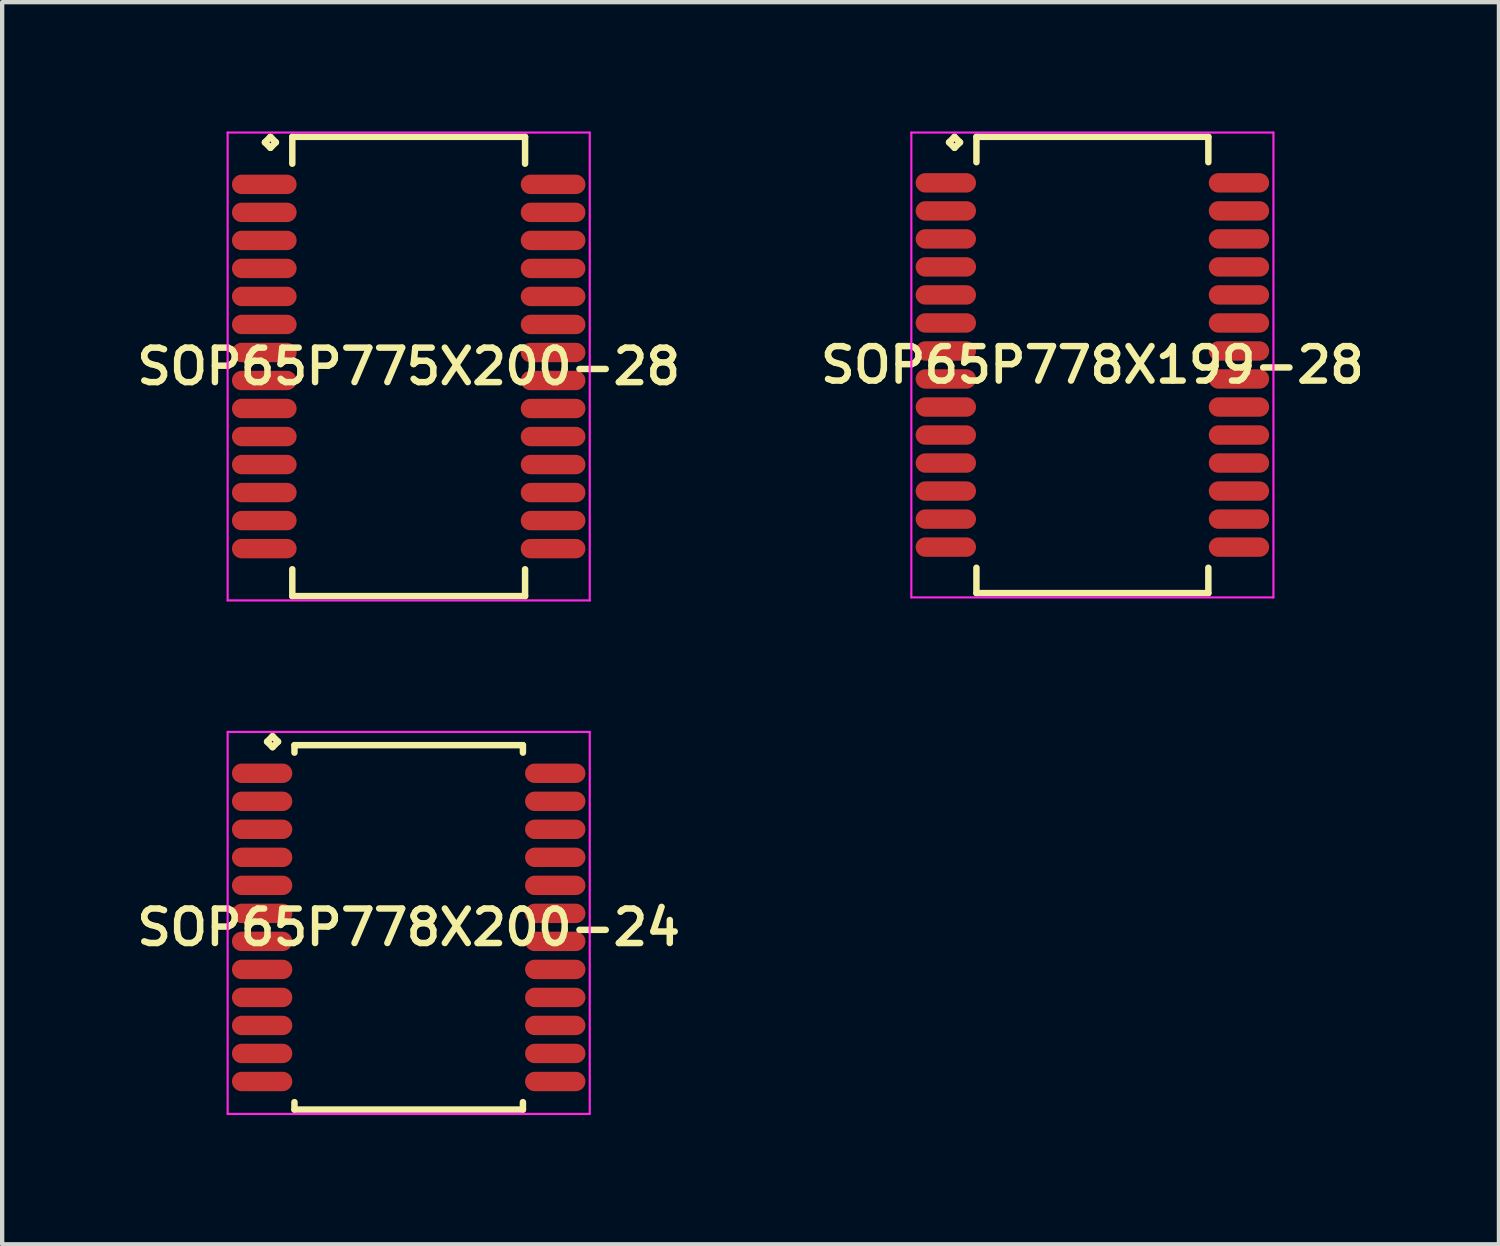
<source format=kicad_pcb>
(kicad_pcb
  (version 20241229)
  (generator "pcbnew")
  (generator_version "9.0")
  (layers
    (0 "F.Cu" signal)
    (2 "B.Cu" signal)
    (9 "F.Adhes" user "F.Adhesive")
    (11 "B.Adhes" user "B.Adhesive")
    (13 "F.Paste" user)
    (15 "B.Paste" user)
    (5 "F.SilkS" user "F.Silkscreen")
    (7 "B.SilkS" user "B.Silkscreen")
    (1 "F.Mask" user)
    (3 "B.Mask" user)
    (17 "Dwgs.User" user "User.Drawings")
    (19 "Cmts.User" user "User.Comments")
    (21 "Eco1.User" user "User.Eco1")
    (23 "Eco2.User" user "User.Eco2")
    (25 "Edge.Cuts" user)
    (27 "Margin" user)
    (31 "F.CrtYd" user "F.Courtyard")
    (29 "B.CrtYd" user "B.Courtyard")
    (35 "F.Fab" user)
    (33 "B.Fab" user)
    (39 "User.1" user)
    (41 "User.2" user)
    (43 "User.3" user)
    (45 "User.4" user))
  (footprint "SOP65P778X200-24"
    (layer "F.Cu")
    (at 6.431 18.464)
    (property "Reference" "SOP65P778X200-24" (at 0 0 0) (layer "F.SilkS") (effects (font (size 0.8 0.8) (thickness 0.15))))
    (attr smd)
    (fp_line (start -3.285 -4.308) (end -3.158 -4.435) (stroke (width 0.15) (type solid)) (layer "F.SilkS"))
    (fp_line (start -3.158 -4.435) (end -3.031 -4.308) (stroke (width 0.15) (type solid)) (layer "F.SilkS"))
    (fp_line (start -3.158 -4.181) (end -3.285 -4.308) (stroke (width 0.15) (type solid)) (layer "F.SilkS"))
    (fp_line (start -3.031 -4.308) (end -3.158 -4.181) (stroke (width 0.15) (type solid)) (layer "F.SilkS"))
    (fp_line (start -2.65 -4.227) (end 2.65 -4.227) (stroke (width 0.15) (type solid)) (layer "F.SilkS"))
    (fp_line (start -2.65 -4.054) (end -2.65 -4.227) (stroke (width 0.15) (type solid)) (layer "F.SilkS"))
    (fp_line (start -2.65 4.054) (end -2.65 4.227) (stroke (width 0.15) (type solid)) (layer "F.SilkS"))
    (fp_line (start -2.65 4.227) (end 2.65 4.227) (stroke (width 0.15) (type solid)) (layer "F.SilkS"))
    (fp_line (start 2.65 -4.227) (end 2.65 -4.054) (stroke (width 0.15) (type solid)) (layer "F.SilkS"))
    (fp_line (start 2.65 4.227) (end 2.65 4.054) (stroke (width 0.15) (type solid)) (layer "F.SilkS"))
    (fp_line (start -4.2 -4.535) (end 4.2 -4.535) (stroke (width 0.05) (type solid)) (layer "F.CrtYd"))
    (fp_line (start -4.2 4.327) (end -4.2 -4.535) (stroke (width 0.05) (type solid)) (layer "F.CrtYd"))
    (fp_line (start 4.2 -4.535) (end 4.2 4.327) (stroke (width 0.05) (type solid)) (layer "F.CrtYd"))
    (fp_line (start 4.2 4.327) (end -4.2 4.327) (stroke (width 0.05) (type solid)) (layer "F.CrtYd"))
    (pad "1" smd oval (at -3.4 -3.575) (size 1.4 0.45) (layers "F.Cu" "F.Mask" "F.Paste"))
    (pad "2" smd oval (at -3.4 -2.925) (size 1.4 0.45) (layers "F.Cu" "F.Mask" "F.Paste"))
    (pad "3" smd oval (at -3.4 -2.275) (size 1.4 0.45) (layers "F.Cu" "F.Mask" "F.Paste"))
    (pad "4" smd oval (at -3.4 -1.625) (size 1.4 0.45) (layers "F.Cu" "F.Mask" "F.Paste"))
    (pad "5" smd oval (at -3.4 -0.975) (size 1.4 0.45) (layers "F.Cu" "F.Mask" "F.Paste"))
    (pad "6" smd oval (at -3.4 -0.325) (size 1.4 0.45) (layers "F.Cu" "F.Mask" "F.Paste"))
    (pad "7" smd oval (at -3.4 0.325) (size 1.4 0.45) (layers "F.Cu" "F.Mask" "F.Paste"))
    (pad "8" smd oval (at -3.4 0.975) (size 1.4 0.45) (layers "F.Cu" "F.Mask" "F.Paste"))
    (pad "9" smd oval (at -3.4 1.625) (size 1.4 0.45) (layers "F.Cu" "F.Mask" "F.Paste"))
    (pad "10" smd oval (at -3.4 2.275) (size 1.4 0.45) (layers "F.Cu" "F.Mask" "F.Paste"))
    (pad "11" smd oval (at -3.4 2.925) (size 1.4 0.45) (layers "F.Cu" "F.Mask" "F.Paste"))
    (pad "12" smd oval (at -3.4 3.575) (size 1.4 0.45) (layers "F.Cu" "F.Mask" "F.Paste"))
    (pad "13" smd oval (at 3.4 3.575) (size 1.4 0.45) (layers "F.Cu" "F.Mask" "F.Paste"))
    (pad "14" smd oval (at 3.4 2.925) (size 1.4 0.45) (layers "F.Cu" "F.Mask" "F.Paste"))
    (pad "15" smd oval (at 3.4 2.275) (size 1.4 0.45) (layers "F.Cu" "F.Mask" "F.Paste"))
    (pad "16" smd oval (at 3.4 1.625) (size 1.4 0.45) (layers "F.Cu" "F.Mask" "F.Paste"))
    (pad "17" smd oval (at 3.4 0.975) (size 1.4 0.45) (layers "F.Cu" "F.Mask" "F.Paste"))
    (pad "18" smd oval (at 3.4 0.325) (size 1.4 0.45) (layers "F.Cu" "F.Mask" "F.Paste"))
    (pad "19" smd oval (at 3.4 -0.325) (size 1.4 0.45) (layers "F.Cu" "F.Mask" "F.Paste"))
    (pad "20" smd oval (at 3.4 -0.975) (size 1.4 0.45) (layers "F.Cu" "F.Mask" "F.Paste"))
    (pad "21" smd oval (at 3.4 -1.625) (size 1.4 0.45) (layers "F.Cu" "F.Mask" "F.Paste"))
    (pad "22" smd oval (at 3.4 -2.275) (size 1.4 0.45) (layers "F.Cu" "F.Mask" "F.Paste"))
    (pad "23" smd oval (at 3.4 -2.925) (size 1.4 0.45) (layers "F.Cu" "F.Mask" "F.Paste"))
    (pad "24" smd oval (at 3.4 -3.575) (size 1.4 0.45) (layers "F.Cu" "F.Mask" "F.Paste")))
  (footprint "SOP65P778X199-28"
    (layer "F.Cu")
    (at 22.292 5.417)
    (property "Reference" "SOP65P778X199-28" (at 0 0 0) (layer "F.SilkS") (effects (font (size 0.8 0.8) (thickness 0.15))))
    (attr smd)
    (fp_line (start -3.325 -5.165) (end -3.198 -5.292) (stroke (width 0.15) (type solid)) (layer "F.SilkS"))
    (fp_line (start -3.198 -5.292) (end -3.071 -5.165) (stroke (width 0.15) (type solid)) (layer "F.SilkS"))
    (fp_line (start -3.198 -5.038) (end -3.325 -5.165) (stroke (width 0.15) (type solid)) (layer "F.SilkS"))
    (fp_line (start -3.071 -5.165) (end -3.198 -5.038) (stroke (width 0.15) (type solid)) (layer "F.SilkS"))
    (fp_line (start -2.69 -5.292) (end 2.69 -5.292) (stroke (width 0.15) (type solid)) (layer "F.SilkS"))
    (fp_line (start -2.69 -4.704) (end -2.69 -5.292) (stroke (width 0.15) (type solid)) (layer "F.SilkS"))
    (fp_line (start -2.69 4.704) (end -2.69 5.292) (stroke (width 0.15) (type solid)) (layer "F.SilkS"))
    (fp_line (start -2.69 5.292) (end 2.69 5.292) (stroke (width 0.15) (type solid)) (layer "F.SilkS"))
    (fp_line (start 2.69 -5.292) (end 2.69 -4.704) (stroke (width 0.15) (type solid)) (layer "F.SilkS"))
    (fp_line (start 2.69 5.292) (end 2.69 4.704) (stroke (width 0.15) (type solid)) (layer "F.SilkS"))
    (fp_line (start -4.2 -5.392) (end 4.2 -5.392) (stroke (width 0.05) (type solid)) (layer "F.CrtYd"))
    (fp_line (start -4.2 5.392) (end -4.2 -5.392) (stroke (width 0.05) (type solid)) (layer "F.CrtYd"))
    (fp_line (start 4.2 -5.392) (end 4.2 5.392) (stroke (width 0.05) (type solid)) (layer "F.CrtYd"))
    (fp_line (start 4.2 5.392) (end -4.2 5.392) (stroke (width 0.05) (type solid)) (layer "F.CrtYd"))
    (pad "1" smd oval (at -3.4 -4.225) (size 1.4 0.45) (layers "F.Cu" "F.Mask" "F.Paste"))
    (pad "2" smd oval (at -3.4 -3.575) (size 1.4 0.45) (layers "F.Cu" "F.Mask" "F.Paste"))
    (pad "3" smd oval (at -3.4 -2.925) (size 1.4 0.45) (layers "F.Cu" "F.Mask" "F.Paste"))
    (pad "4" smd oval (at -3.4 -2.275) (size 1.4 0.45) (layers "F.Cu" "F.Mask" "F.Paste"))
    (pad "5" smd oval (at -3.4 -1.625) (size 1.4 0.45) (layers "F.Cu" "F.Mask" "F.Paste"))
    (pad "6" smd oval (at -3.4 -0.975) (size 1.4 0.45) (layers "F.Cu" "F.Mask" "F.Paste"))
    (pad "7" smd oval (at -3.4 -0.325) (size 1.4 0.45) (layers "F.Cu" "F.Mask" "F.Paste"))
    (pad "8" smd oval (at -3.4 0.325) (size 1.4 0.45) (layers "F.Cu" "F.Mask" "F.Paste"))
    (pad "9" smd oval (at -3.4 0.975) (size 1.4 0.45) (layers "F.Cu" "F.Mask" "F.Paste"))
    (pad "10" smd oval (at -3.4 1.625) (size 1.4 0.45) (layers "F.Cu" "F.Mask" "F.Paste"))
    (pad "11" smd oval (at -3.4 2.275) (size 1.4 0.45) (layers "F.Cu" "F.Mask" "F.Paste"))
    (pad "12" smd oval (at -3.4 2.925) (size 1.4 0.45) (layers "F.Cu" "F.Mask" "F.Paste"))
    (pad "13" smd oval (at -3.4 3.575) (size 1.4 0.45) (layers "F.Cu" "F.Mask" "F.Paste"))
    (pad "14" smd oval (at -3.4 4.225) (size 1.4 0.45) (layers "F.Cu" "F.Mask" "F.Paste"))
    (pad "15" smd oval (at 3.4 4.225) (size 1.4 0.45) (layers "F.Cu" "F.Mask" "F.Paste"))
    (pad "16" smd oval (at 3.4 3.575) (size 1.4 0.45) (layers "F.Cu" "F.Mask" "F.Paste"))
    (pad "17" smd oval (at 3.4 2.925) (size 1.4 0.45) (layers "F.Cu" "F.Mask" "F.Paste"))
    (pad "18" smd oval (at 3.4 2.275) (size 1.4 0.45) (layers "F.Cu" "F.Mask" "F.Paste"))
    (pad "19" smd oval (at 3.4 1.625) (size 1.4 0.45) (layers "F.Cu" "F.Mask" "F.Paste"))
    (pad "20" smd oval (at 3.4 0.975) (size 1.4 0.45) (layers "F.Cu" "F.Mask" "F.Paste"))
    (pad "21" smd oval (at 3.4 0.325) (size 1.4 0.45) (layers "F.Cu" "F.Mask" "F.Paste"))
    (pad "22" smd oval (at 3.4 -0.325) (size 1.4 0.45) (layers "F.Cu" "F.Mask" "F.Paste"))
    (pad "23" smd oval (at 3.4 -0.975) (size 1.4 0.45) (layers "F.Cu" "F.Mask" "F.Paste"))
    (pad "24" smd oval (at 3.4 -1.625) (size 1.4 0.45) (layers "F.Cu" "F.Mask" "F.Paste"))
    (pad "25" smd oval (at 3.4 -2.275) (size 1.4 0.45) (layers "F.Cu" "F.Mask" "F.Paste"))
    (pad "26" smd oval (at 3.4 -2.925) (size 1.4 0.45) (layers "F.Cu" "F.Mask" "F.Paste"))
    (pad "27" smd oval (at 3.4 -3.575) (size 1.4 0.45) (layers "F.Cu" "F.Mask" "F.Paste"))
    (pad "28" smd oval (at 3.4 -4.225) (size 1.4 0.45) (layers "F.Cu" "F.Mask" "F.Paste")))
  (footprint "SOP65P775X200-28"
    (layer "F.Cu")
    (at 6.431 5.452)
    (property "Reference" "SOP65P775X200-28" (at 0 0 0) (layer "F.SilkS") (effects (font (size 0.8 0.8) (thickness 0.15))))
    (attr smd)
    (fp_line (start -3.335 -5.2) (end -3.208 -5.327) (stroke (width 0.15) (type solid)) (layer "F.SilkS"))
    (fp_line (start -3.208 -5.327) (end -3.081 -5.2) (stroke (width 0.15) (type solid)) (layer "F.SilkS"))
    (fp_line (start -3.208 -5.073) (end -3.335 -5.2) (stroke (width 0.15) (type solid)) (layer "F.SilkS"))
    (fp_line (start -3.081 -5.2) (end -3.208 -5.073) (stroke (width 0.15) (type solid)) (layer "F.SilkS"))
    (fp_line (start -2.7 -5.327) (end 2.7 -5.327) (stroke (width 0.15) (type solid)) (layer "F.SilkS"))
    (fp_line (start -2.7 -4.704) (end -2.7 -5.327) (stroke (width 0.15) (type solid)) (layer "F.SilkS"))
    (fp_line (start -2.7 4.704) (end -2.7 5.327) (stroke (width 0.15) (type solid)) (layer "F.SilkS"))
    (fp_line (start -2.7 5.327) (end 2.7 5.327) (stroke (width 0.15) (type solid)) (layer "F.SilkS"))
    (fp_line (start 2.7 -5.327) (end 2.7 -4.704) (stroke (width 0.15) (type solid)) (layer "F.SilkS"))
    (fp_line (start 2.7 5.327) (end 2.7 4.704) (stroke (width 0.15) (type solid)) (layer "F.SilkS"))
    (fp_line (start -4.2 -5.427) (end 4.2 -5.427) (stroke (width 0.05) (type solid)) (layer "F.CrtYd"))
    (fp_line (start -4.2 5.427) (end -4.2 -5.427) (stroke (width 0.05) (type solid)) (layer "F.CrtYd"))
    (fp_line (start 4.2 -5.427) (end 4.2 5.427) (stroke (width 0.05) (type solid)) (layer "F.CrtYd"))
    (fp_line (start 4.2 5.427) (end -4.2 5.427) (stroke (width 0.05) (type solid)) (layer "F.CrtYd"))
    (pad "1" smd oval (at -3.35 -4.225) (size 1.5 0.45) (layers "F.Cu" "F.Mask" "F.Paste"))
    (pad "2" smd oval (at -3.35 -3.575) (size 1.5 0.45) (layers "F.Cu" "F.Mask" "F.Paste"))
    (pad "3" smd oval (at -3.35 -2.925) (size 1.5 0.45) (layers "F.Cu" "F.Mask" "F.Paste"))
    (pad "4" smd oval (at -3.35 -2.275) (size 1.5 0.45) (layers "F.Cu" "F.Mask" "F.Paste"))
    (pad "5" smd oval (at -3.35 -1.625) (size 1.5 0.45) (layers "F.Cu" "F.Mask" "F.Paste"))
    (pad "6" smd oval (at -3.35 -0.975) (size 1.5 0.45) (layers "F.Cu" "F.Mask" "F.Paste"))
    (pad "7" smd oval (at -3.35 -0.325) (size 1.5 0.45) (layers "F.Cu" "F.Mask" "F.Paste"))
    (pad "8" smd oval (at -3.35 0.325) (size 1.5 0.45) (layers "F.Cu" "F.Mask" "F.Paste"))
    (pad "9" smd oval (at -3.35 0.975) (size 1.5 0.45) (layers "F.Cu" "F.Mask" "F.Paste"))
    (pad "10" smd oval (at -3.35 1.625) (size 1.5 0.45) (layers "F.Cu" "F.Mask" "F.Paste"))
    (pad "11" smd oval (at -3.35 2.275) (size 1.5 0.45) (layers "F.Cu" "F.Mask" "F.Paste"))
    (pad "12" smd oval (at -3.35 2.925) (size 1.5 0.45) (layers "F.Cu" "F.Mask" "F.Paste"))
    (pad "13" smd oval (at -3.35 3.575) (size 1.5 0.45) (layers "F.Cu" "F.Mask" "F.Paste"))
    (pad "14" smd oval (at -3.35 4.225) (size 1.5 0.45) (layers "F.Cu" "F.Mask" "F.Paste"))
    (pad "15" smd oval (at 3.35 4.225) (size 1.5 0.45) (layers "F.Cu" "F.Mask" "F.Paste"))
    (pad "16" smd oval (at 3.35 3.575) (size 1.5 0.45) (layers "F.Cu" "F.Mask" "F.Paste"))
    (pad "17" smd oval (at 3.35 2.925) (size 1.5 0.45) (layers "F.Cu" "F.Mask" "F.Paste"))
    (pad "18" smd oval (at 3.35 2.275) (size 1.5 0.45) (layers "F.Cu" "F.Mask" "F.Paste"))
    (pad "19" smd oval (at 3.35 1.625) (size 1.5 0.45) (layers "F.Cu" "F.Mask" "F.Paste"))
    (pad "20" smd oval (at 3.35 0.975) (size 1.5 0.45) (layers "F.Cu" "F.Mask" "F.Paste"))
    (pad "21" smd oval (at 3.35 0.325) (size 1.5 0.45) (layers "F.Cu" "F.Mask" "F.Paste"))
    (pad "22" smd oval (at 3.35 -0.325) (size 1.5 0.45) (layers "F.Cu" "F.Mask" "F.Paste"))
    (pad "23" smd oval (at 3.35 -0.975) (size 1.5 0.45) (layers "F.Cu" "F.Mask" "F.Paste"))
    (pad "24" smd oval (at 3.35 -1.625) (size 1.5 0.45) (layers "F.Cu" "F.Mask" "F.Paste"))
    (pad "25" smd oval (at 3.35 -2.275) (size 1.5 0.45) (layers "F.Cu" "F.Mask" "F.Paste"))
    (pad "26" smd oval (at 3.35 -2.925) (size 1.5 0.45) (layers "F.Cu" "F.Mask" "F.Paste"))
    (pad "27" smd oval (at 3.35 -3.575) (size 1.5 0.45) (layers "F.Cu" "F.Mask" "F.Paste"))
    (pad "28" smd oval (at 3.35 -4.225) (size 1.5 0.45) (layers "F.Cu" "F.Mask" "F.Paste")))
  (gr_rect
    (start -3 -3)
    (end 31.723 25.816)
    (stroke (width 0.1) (type default))
    (fill no)
    (layer "Edge.Cuts")))
</source>
